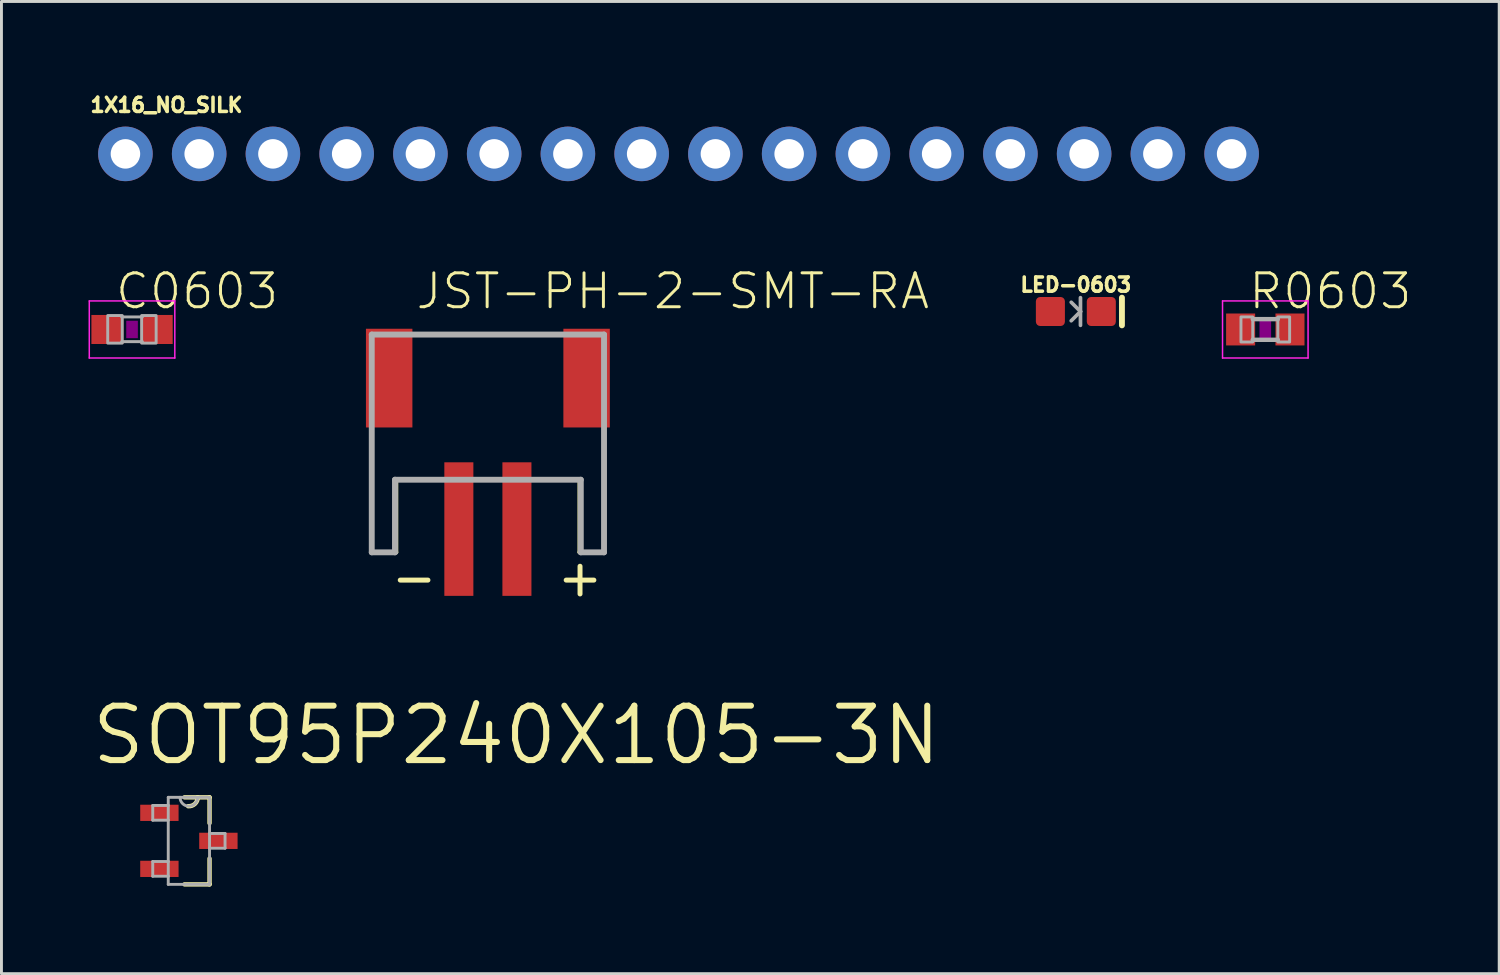
<source format=kicad_pcb>
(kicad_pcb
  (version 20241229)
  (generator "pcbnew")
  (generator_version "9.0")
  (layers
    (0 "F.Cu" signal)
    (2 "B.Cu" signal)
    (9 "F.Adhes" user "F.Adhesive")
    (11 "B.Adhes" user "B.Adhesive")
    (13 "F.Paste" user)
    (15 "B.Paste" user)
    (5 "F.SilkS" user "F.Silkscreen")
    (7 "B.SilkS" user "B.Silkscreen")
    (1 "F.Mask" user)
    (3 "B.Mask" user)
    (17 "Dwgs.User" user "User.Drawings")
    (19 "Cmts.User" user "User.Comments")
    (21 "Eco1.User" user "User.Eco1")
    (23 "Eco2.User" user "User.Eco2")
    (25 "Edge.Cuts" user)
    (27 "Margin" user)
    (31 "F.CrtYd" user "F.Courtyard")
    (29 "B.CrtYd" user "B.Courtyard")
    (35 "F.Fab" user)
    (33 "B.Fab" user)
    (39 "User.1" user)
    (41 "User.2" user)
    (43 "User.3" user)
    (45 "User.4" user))
  (footprint "R0603"
    (layer "F.Cu")
    (at 40.53 8.298)
    (property "Reference" "R0603" (at -0.635 -0.635 0) (layer "F.SilkS") (effects (font (size 1.168 1.168) (thickness 0.102)) (justify left bottom)))
    (fp_poly (pts (xy -0.2 0.4) (xy 0.2 0.4) (xy 0.2 -0.4) (xy -0.2 -0.4)) (stroke (width 0) (type solid)) (fill yes) (layer "F.Adhes"))
    (fp_line (start -1.473 -0.983) (end 1.473 -0.983) (stroke (width 0.051) (type solid)) (layer "F.CrtYd"))
    (fp_line (start -1.473 0.983) (end -1.473 -0.983) (stroke (width 0.051) (type solid)) (layer "F.CrtYd"))
    (fp_line (start 1.473 -0.983) (end 1.473 0.983) (stroke (width 0.051) (type solid)) (layer "F.CrtYd"))
    (fp_line (start 1.473 0.983) (end -1.473 0.983) (stroke (width 0.051) (type solid)) (layer "F.CrtYd"))
    (fp_line (start -0.432 0.356) (end 0.432 0.356) (stroke (width 0.152) (type solid)) (layer "F.Fab"))
    (fp_line (start 0.432 -0.356) (end -0.432 -0.356) (stroke (width 0.152) (type solid)) (layer "F.Fab"))
    (fp_poly (pts (xy -0.838 0.432) (xy -0.432 0.432) (xy -0.432 -0.432) (xy -0.838 -0.432)) (stroke (width 0.1) (type solid)) (fill no) (layer "F.Fab"))
    (fp_poly (pts (xy 0.432 0.432) (xy 0.838 0.432) (xy 0.838 -0.432) (xy 0.432 -0.432)) (stroke (width 0.1) (type solid)) (fill no) (layer "F.Fab"))
    (pad "1" smd rect (at -0.85 0) (size 1 1.1) (layers "F.Cu" "F.Mask" "F.Paste"))
    (pad "2" smd rect (at 0.85 0) (size 1 1.1) (layers "F.Cu" "F.Mask" "F.Paste")))
  (footprint "1X16_NO_SILK"
    (layer "F.Cu")
    (at 1.27 2.25)
    (property "Reference" "1X16_NO_SILK" (at -1.27 -1.397 0) (layer "F.SilkS") (effects (font (size 0.488 0.488) (thickness 0.122)) (justify left bottom)))
    (fp_poly (pts (xy -0.254 0.254) (xy 0.254 0.254) (xy 0.254 -0.254) (xy -0.254 -0.254)) (stroke (width 0.1) (type solid)) (fill no) (layer "F.Fab"))
    (fp_poly (pts (xy 2.286 0.254) (xy 2.794 0.254) (xy 2.794 -0.254) (xy 2.286 -0.254)) (stroke (width 0.1) (type solid)) (fill no) (layer "F.Fab"))
    (fp_poly (pts (xy 4.826 0.254) (xy 5.334 0.254) (xy 5.334 -0.254) (xy 4.826 -0.254)) (stroke (width 0.1) (type solid)) (fill no) (layer "F.Fab"))
    (fp_poly (pts (xy 7.366 0.254) (xy 7.874 0.254) (xy 7.874 -0.254) (xy 7.366 -0.254)) (stroke (width 0.1) (type solid)) (fill no) (layer "F.Fab"))
    (fp_poly (pts (xy 9.906 0.254) (xy 10.414 0.254) (xy 10.414 -0.254) (xy 9.906 -0.254)) (stroke (width 0.1) (type solid)) (fill no) (layer "F.Fab"))
    (fp_poly (pts (xy 12.446 0.254) (xy 12.954 0.254) (xy 12.954 -0.254) (xy 12.446 -0.254)) (stroke (width 0.1) (type solid)) (fill no) (layer "F.Fab"))
    (fp_poly (pts (xy 14.986 0.254) (xy 15.494 0.254) (xy 15.494 -0.254) (xy 14.986 -0.254)) (stroke (width 0.1) (type solid)) (fill no) (layer "F.Fab"))
    (fp_poly (pts (xy 17.526 0.254) (xy 18.034 0.254) (xy 18.034 -0.254) (xy 17.526 -0.254)) (stroke (width 0.1) (type solid)) (fill no) (layer "F.Fab"))
    (fp_poly (pts (xy 20.066 0.254) (xy 20.574 0.254) (xy 20.574 -0.254) (xy 20.066 -0.254)) (stroke (width 0.1) (type solid)) (fill no) (layer "F.Fab"))
    (fp_poly (pts (xy 22.606 0.254) (xy 23.114 0.254) (xy 23.114 -0.254) (xy 22.606 -0.254)) (stroke (width 0.1) (type solid)) (fill no) (layer "F.Fab"))
    (fp_poly (pts (xy 25.146 0.254) (xy 25.654 0.254) (xy 25.654 -0.254) (xy 25.146 -0.254)) (stroke (width 0.1) (type solid)) (fill no) (layer "F.Fab"))
    (fp_poly (pts (xy 27.686 0.254) (xy 28.194 0.254) (xy 28.194 -0.254) (xy 27.686 -0.254)) (stroke (width 0.1) (type solid)) (fill no) (layer "F.Fab"))
    (fp_poly (pts (xy 30.226 0.254) (xy 30.734 0.254) (xy 30.734 -0.254) (xy 30.226 -0.254)) (stroke (width 0.1) (type solid)) (fill no) (layer "F.Fab"))
    (fp_poly (pts (xy 32.766 0.254) (xy 33.274 0.254) (xy 33.274 -0.254) (xy 32.766 -0.254)) (stroke (width 0.1) (type solid)) (fill no) (layer "F.Fab"))
    (fp_poly (pts (xy 35.306 0.254) (xy 35.814 0.254) (xy 35.814 -0.254) (xy 35.306 -0.254)) (stroke (width 0.1) (type solid)) (fill no) (layer "F.Fab"))
    (fp_poly (pts (xy 37.846 0.254) (xy 38.354 0.254) (xy 38.354 -0.254) (xy 37.846 -0.254)) (stroke (width 0.1) (type solid)) (fill no) (layer "F.Fab"))
    (pad "1" thru_hole circle (at 0 0 90) (size 1.88 1.88) (drill 1.016) (layers "*.Cu" "*.Mask"))
    (pad "2" thru_hole circle (at 2.54 0 90) (size 1.88 1.88) (drill 1.016) (layers "*.Cu" "*.Mask"))
    (pad "3" thru_hole circle (at 5.08 0 90) (size 1.88 1.88) (drill 1.016) (layers "*.Cu" "*.Mask"))
    (pad "4" thru_hole circle (at 7.62 0 90) (size 1.88 1.88) (drill 1.016) (layers "*.Cu" "*.Mask"))
    (pad "5" thru_hole circle (at 10.16 0 90) (size 1.88 1.88) (drill 1.016) (layers "*.Cu" "*.Mask"))
    (pad "6" thru_hole circle (at 12.7 0 90) (size 1.88 1.88) (drill 1.016) (layers "*.Cu" "*.Mask"))
    (pad "7" thru_hole circle (at 15.24 0 90) (size 1.88 1.88) (drill 1.016) (layers "*.Cu" "*.Mask"))
    (pad "8" thru_hole circle (at 17.78 0 90) (size 1.88 1.88) (drill 1.016) (layers "*.Cu" "*.Mask"))
    (pad "9" thru_hole circle (at 20.32 0 90) (size 1.88 1.88) (drill 1.016) (layers "*.Cu" "*.Mask"))
    (pad "10" thru_hole circle (at 22.86 0 90) (size 1.88 1.88) (drill 1.016) (layers "*.Cu" "*.Mask"))
    (pad "11" thru_hole circle (at 25.4 0 90) (size 1.88 1.88) (drill 1.016) (layers "*.Cu" "*.Mask"))
    (pad "12" thru_hole circle (at 27.94 0 90) (size 1.88 1.88) (drill 1.016) (layers "*.Cu" "*.Mask"))
    (pad "13" thru_hole circle (at 30.48 0 90) (size 1.88 1.88) (drill 1.016) (layers "*.Cu" "*.Mask"))
    (pad "14" thru_hole circle (at 33.02 0 90) (size 1.88 1.88) (drill 1.016) (layers "*.Cu" "*.Mask"))
    (pad "15" thru_hole circle (at 35.56 0 90) (size 1.88 1.88) (drill 1.016) (layers "*.Cu" "*.Mask"))
    (pad "16" thru_hole circle (at 38.1 0 90) (size 1.88 1.88) (drill 1.016) (layers "*.Cu" "*.Mask")))
  (footprint "JST-PH-2-SMT-RA"
    (layer "F.Cu")
    (at 13.754 11.473)
    (property "Reference" "JST-PH-2-SMT-RA" (at -2.54 -3.81 0) (layer "F.SilkS") (effects (font (size 1.168 1.168) (thickness 0.102)) (justify left bottom)))
    (fp_line (start -4 4.5) (end -4 0.5) (stroke (width 0.127) (type solid)) (layer "F.SilkS"))
    (fp_line (start -3.15 2) (end -3.15 4.5) (stroke (width 0.127) (type solid)) (layer "F.SilkS"))
    (fp_line (start -3.15 4.5) (end -4 4.5) (stroke (width 0.127) (type solid)) (layer "F.SilkS"))
    (fp_line (start -2.25 -3) (end 2.25 -3) (stroke (width 0.127) (type solid)) (layer "F.SilkS"))
    (fp_line (start -1.75 2) (end -3.15 2) (stroke (width 0.127) (type solid)) (layer "F.SilkS"))
    (fp_line (start 3.15 2) (end 1.75 2) (stroke (width 0.127) (type solid)) (layer "F.SilkS"))
    (fp_line (start 3.15 4.5) (end 3.15 2) (stroke (width 0.127) (type solid)) (layer "F.SilkS"))
    (fp_line (start 4 0.5) (end 4 4.5) (stroke (width 0.127) (type solid)) (layer "F.SilkS"))
    (fp_line (start 4 4.5) (end 3.15 4.5) (stroke (width 0.127) (type solid)) (layer "F.SilkS"))
    (fp_line (start -4 -3) (end 4 -3) (stroke (width 0.203) (type solid)) (layer "F.Fab"))
    (fp_line (start -4 4.5) (end -4 -3) (stroke (width 0.203) (type solid)) (layer "F.Fab"))
    (fp_line (start -3.2 2) (end -3.2 4.5) (stroke (width 0.203) (type solid)) (layer "F.Fab"))
    (fp_line (start -3.2 4.5) (end -4 4.5) (stroke (width 0.203) (type solid)) (layer "F.Fab"))
    (fp_line (start 3.2 2) (end -3.2 2) (stroke (width 0.203) (type solid)) (layer "F.Fab"))
    (fp_line (start 3.2 4.5) (end 3.2 2) (stroke (width 0.203) (type solid)) (layer "F.Fab"))
    (fp_line (start 4 -3) (end 4 4.5) (stroke (width 0.203) (type solid)) (layer "F.Fab"))
    (fp_line (start 4 4.5) (end 3.2 4.5) (stroke (width 0.203) (type solid)) (layer "F.Fab"))
    (fp_text user "+" (at 2.286 6.096 0) (layer "F.SilkS") (effects (font (size 1.252 1.252) (thickness 0.171)) (justify left bottom)))
    (fp_text user "-" (at -3.429 6.096 0) (layer "F.SilkS") (effects (font (size 1.252 1.252) (thickness 0.171)) (justify left bottom)))
    (pad "1" smd rect (at 1 3.7) (size 1 4.6) (layers "F.Cu" "F.Mask" "F.Paste"))
    (pad "2" smd rect (at -1 3.7) (size 1 4.6) (layers "F.Cu" "F.Mask" "F.Paste"))
    (pad "NC1" smd rect (at -3.4 -1.5 90) (size 3.4 1.6) (layers "F.Cu" "F.Mask" "F.Paste"))
    (pad "NC2" smd rect (at 3.4 -1.5 90) (size 3.4 1.6) (layers "F.Cu" "F.Mask" "F.Paste")))
  (footprint "C0603"
    (layer "F.Cu")
    (at 1.498 8.298)
    (property "Reference" "C0603" (at -0.635 -0.635 0) (layer "F.SilkS") (effects (font (size 1.168 1.168) (thickness 0.102)) (justify left bottom)))
    (fp_poly (pts (xy -0.2 0.3) (xy 0.2 0.3) (xy 0.2 -0.3) (xy -0.2 -0.3)) (stroke (width 0) (type solid)) (fill yes) (layer "F.Adhes"))
    (fp_line (start -1.473 -0.983) (end 1.473 -0.983) (stroke (width 0.051) (type solid)) (layer "F.CrtYd"))
    (fp_line (start -1.473 0.983) (end -1.473 -0.983) (stroke (width 0.051) (type solid)) (layer "F.CrtYd"))
    (fp_line (start 1.473 -0.983) (end 1.473 0.983) (stroke (width 0.051) (type solid)) (layer "F.CrtYd"))
    (fp_line (start 1.473 0.983) (end -1.473 0.983) (stroke (width 0.051) (type solid)) (layer "F.CrtYd"))
    (fp_line (start -0.356 -0.432) (end 0.356 -0.432) (stroke (width 0.102) (type solid)) (layer "F.Fab"))
    (fp_line (start -0.356 0.419) (end 0.356 0.419) (stroke (width 0.102) (type solid)) (layer "F.Fab"))
    (fp_poly (pts (xy -0.838 0.47) (xy -0.338 0.47) (xy -0.338 -0.48) (xy -0.838 -0.48)) (stroke (width 0.1) (type solid)) (fill no) (layer "F.Fab"))
    (fp_poly (pts (xy 0.33 0.47) (xy 0.83 0.47) (xy 0.83 -0.48) (xy 0.33 -0.48)) (stroke (width 0.1) (type solid)) (fill no) (layer "F.Fab"))
    (pad "1" smd rect (at -0.85 0) (size 1.1 1) (layers "F.Cu" "F.Mask" "F.Paste"))
    (pad "2" smd rect (at 0.85 0) (size 1.1 1) (layers "F.Cu" "F.Mask" "F.Paste")))
  (footprint "LED-0603"
    (layer "F.Cu")
    (at 34.005 7.679)
    (property "Reference" "LED-0603" (at 0 -0.635 0) (layer "F.SilkS") (effects (font (size 0.488 0.488) (thickness 0.122)) (justify bottom)))
    (fp_line (start 1.587 -0.476) (end 1.587 0.476) (stroke (width 0.203) (type solid)) (layer "F.SilkS"))
    (fp_line (start 0.159 -0.476) (end 0.159 0) (stroke (width 0.127) (type solid)) (layer "F.Fab"))
    (fp_line (start 0.159 0) (end -0.159 -0.318) (stroke (width 0.127) (type solid)) (layer "F.Fab"))
    (fp_line (start 0.159 0) (end -0.159 0.318) (stroke (width 0.127) (type solid)) (layer "F.Fab"))
    (fp_line (start 0.159 0) (end 0.159 0.476) (stroke (width 0.127) (type solid)) (layer "F.Fab"))
    (pad "A" smd roundrect (at -0.877 0 270) (size 1 1) (layers "F.Cu" "F.Mask" "F.Paste") (roundrect_rratio 0.15))
    (pad "C" smd roundrect (at 0.877 0 270) (size 1 1) (layers "F.Cu" "F.Mask" "F.Paste") (roundrect_rratio 0.15)))
  (footprint "SOT95P240X105-3N"
    (layer "F.Cu")
    (at 3.456 25.911)
    (property "Reference" "SOT95P240X105-3N" (at -3.456 -2.541 0) (layer "F.SilkS") (effects (font (size 1.875 1.875) (thickness 0.208)) (justify left bottom)))
    (fp_line (start -0.152 1.499) (end 0.711 1.499) (stroke (width 0.152) (type solid)) (layer "F.SilkS"))
    (fp_line (start 0.305 -1.499) (end -0.152 -1.499) (stroke (width 0.152) (type solid)) (layer "F.SilkS"))
    (fp_line (start 0.711 -1.499) (end 0.305 -1.499) (stroke (width 0.152) (type solid)) (layer "F.SilkS"))
    (fp_line (start 0.711 -0.61) (end 0.711 -1.499) (stroke (width 0.152) (type solid)) (layer "F.SilkS"))
    (fp_line (start 0.711 1.499) (end 0.711 0.61) (stroke (width 0.152) (type solid)) (layer "F.SilkS"))
    (fp_arc (start 0.3048 -1.4986) (mid 0.206758 -1.273554) (end -0.0254 -1.1938) (stroke (width 0.1524) (type solid)) (layer "F.SilkS"))
    (fp_line (start -1.245 -1.219) (end -1.245 -0.711) (stroke (width 0.1) (type solid)) (layer "F.Fab"))
    (fp_line (start -1.245 -0.711) (end -0.711 -0.711) (stroke (width 0.1) (type solid)) (layer "F.Fab"))
    (fp_line (start -1.245 0.711) (end -1.245 1.219) (stroke (width 0.1) (type solid)) (layer "F.Fab"))
    (fp_line (start -1.245 1.219) (end -0.711 1.219) (stroke (width 0.1) (type solid)) (layer "F.Fab"))
    (fp_line (start -0.711 -1.499) (end -0.711 -1.219) (stroke (width 0.1) (type solid)) (layer "F.Fab"))
    (fp_line (start -0.711 -1.219) (end -1.245 -1.219) (stroke (width 0.1) (type solid)) (layer "F.Fab"))
    (fp_line (start -0.711 -1.219) (end -0.711 -0.711) (stroke (width 0.1) (type solid)) (layer "F.Fab"))
    (fp_line (start -0.711 -0.711) (end -0.711 0.711) (stroke (width 0.1) (type solid)) (layer "F.Fab"))
    (fp_line (start -0.711 0.711) (end -1.245 0.711) (stroke (width 0.1) (type solid)) (layer "F.Fab"))
    (fp_line (start -0.711 1.219) (end -0.711 0.711) (stroke (width 0.1) (type solid)) (layer "F.Fab"))
    (fp_line (start -0.711 1.499) (end -0.711 1.219) (stroke (width 0.1) (type solid)) (layer "F.Fab"))
    (fp_line (start -0.711 1.499) (end 0.711 1.499) (stroke (width 0.1) (type solid)) (layer "F.Fab"))
    (fp_line (start -0.305 -1.499) (end -0.711 -1.499) (stroke (width 0.1) (type solid)) (layer "F.Fab"))
    (fp_line (start 0.305 -1.499) (end -0.305 -1.499) (stroke (width 0.1) (type solid)) (layer "F.Fab"))
    (fp_line (start 0.711 -1.499) (end 0.305 -1.499) (stroke (width 0.1) (type solid)) (layer "F.Fab"))
    (fp_line (start 0.711 -0.254) (end 0.711 -1.499) (stroke (width 0.1) (type solid)) (layer "F.Fab"))
    (fp_line (start 0.711 0.254) (end 0.711 -0.254) (stroke (width 0.1) (type solid)) (layer "F.Fab"))
    (fp_line (start 0.711 0.254) (end 1.245 0.254) (stroke (width 0.1) (type solid)) (layer "F.Fab"))
    (fp_line (start 0.711 1.499) (end 0.711 0.254) (stroke (width 0.1) (type solid)) (layer "F.Fab"))
    (fp_line (start 1.245 -0.254) (end 0.711 -0.254) (stroke (width 0.1) (type solid)) (layer "F.Fab"))
    (fp_line (start 1.245 0.254) (end 1.245 -0.254) (stroke (width 0.1) (type solid)) (layer "F.Fab"))
    (fp_arc (start 0.3048 -1.4986) (mid 0 -1.1938) (end -0.3048 -1.4986) (stroke (width 0.1) (type solid)) (layer "F.Fab"))
    (pad "1" smd rect (at -1.016 -0.965) (size 1.321 0.559) (layers "F.Cu" "F.Mask" "F.Paste"))
    (pad "2" smd rect (at -1.016 0.965) (size 1.321 0.559) (layers "F.Cu" "F.Mask" "F.Paste"))
    (pad "3" smd rect (at 1.016 0) (size 1.321 0.559) (layers "F.Cu" "F.Mask" "F.Paste")))
  (gr_rect
    (start -3 -3)
    (end 48.586 30.486)
    (stroke (width 0.1) (type default))
    (fill no)
    (layer "Edge.Cuts")))
</source>
